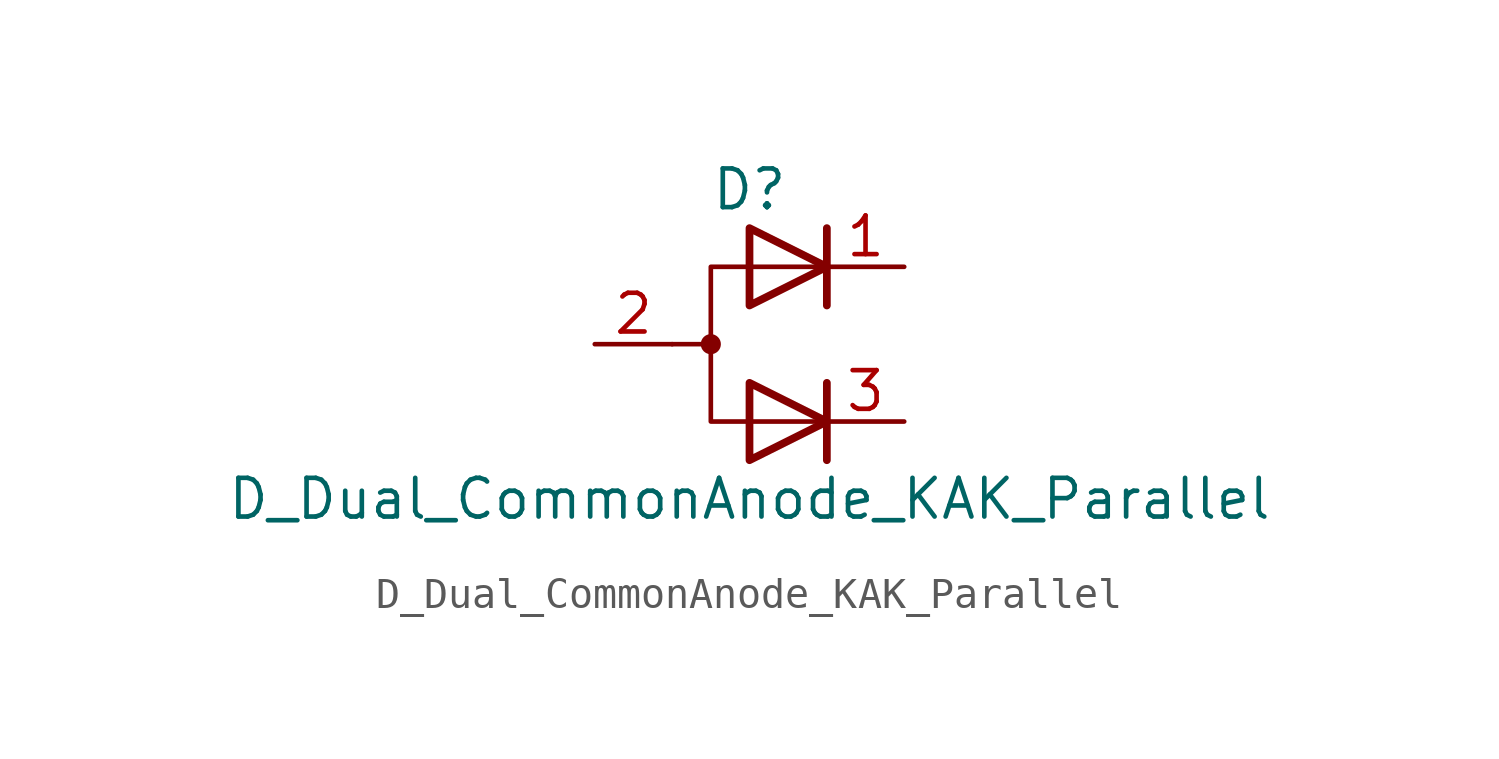
<source format=kicad_sym>
(kicad_symbol_lib
  (version 20241209)
  (generator "kicad_symbol_editor")
  (generator_version "9.0")
  (symbol "D_Dual_CommonAnode_KAK_Parallel"
    (pin_names
      (offset 0.762)
      (hide yes))
    (property "Reference" "D"
      (at 0 5.08 0)
      (effects (font (size 1.27 1.27))))
    (property "Value" "D_Dual_CommonAnode_KAK_Parallel"
      (at 0 -5.08 0)
      (effects (font (size 1.27 1.27))))
    (symbol "D_Dual_CommonAnode_KAK_Parallel_0_0"
      (polyline (pts (xy 2.54 3.81) (xy 2.54 1.27)) (stroke (width 0.254) (type default)) (fill (type none)))
      (polyline (pts (xy 2.54 -1.27) (xy 2.54 -3.81)) (stroke (width 0.254) (type default)) (fill (type none))))
    (symbol "D_Dual_CommonAnode_KAK_Parallel_0_1"
      (circle (center -1.27 0) (radius 0.254) (stroke (width 0) (type default)) (fill (type outline)))
      (polyline (pts (xy -1.27 0) (xy -2.54 0)) (stroke (width 0) (type default)) (fill (type none)))
      (polyline (pts (xy 0 3.81) (xy 2.54 2.54) (xy 0 1.27) (xy 0 3.81) (xy 0 3.81) (xy 0 3.81)) (stroke (width 0.254) (type default)) (fill (type none)))
      (polyline (pts (xy 0 -1.27) (xy 2.54 -2.54) (xy 0 -3.81) (xy 0 -1.27) (xy 0 -1.27) (xy 0 -1.27)) (stroke (width 0.254) (type default)) (fill (type none)))
      (polyline (pts (xy 2.54 2.54) (xy -1.27 2.54) (xy -1.27 -2.54) (xy 2.54 -2.54)) (stroke (width 0) (type default)) (fill (type none)))
      (pin passive line (at -5.08 0 0) (length 2.54) (name "A" (effects (font (size 1.27 1.27)))) (number "2" (effects (font (size 1.27 1.27)))))
      (pin passive line (at 5.08 2.54 180) (length 2.54) (name "K" (effects (font (size 1.27 1.27)))) (number "1" (effects (font (size 1.27 1.27)))))
      (pin passive line (at 5.08 -2.54 180) (length 2.54) (name "K" (effects (font (size 1.27 1.27)))) (number "3" (effects (font (size 1.27 1.27))))))))
</source>
